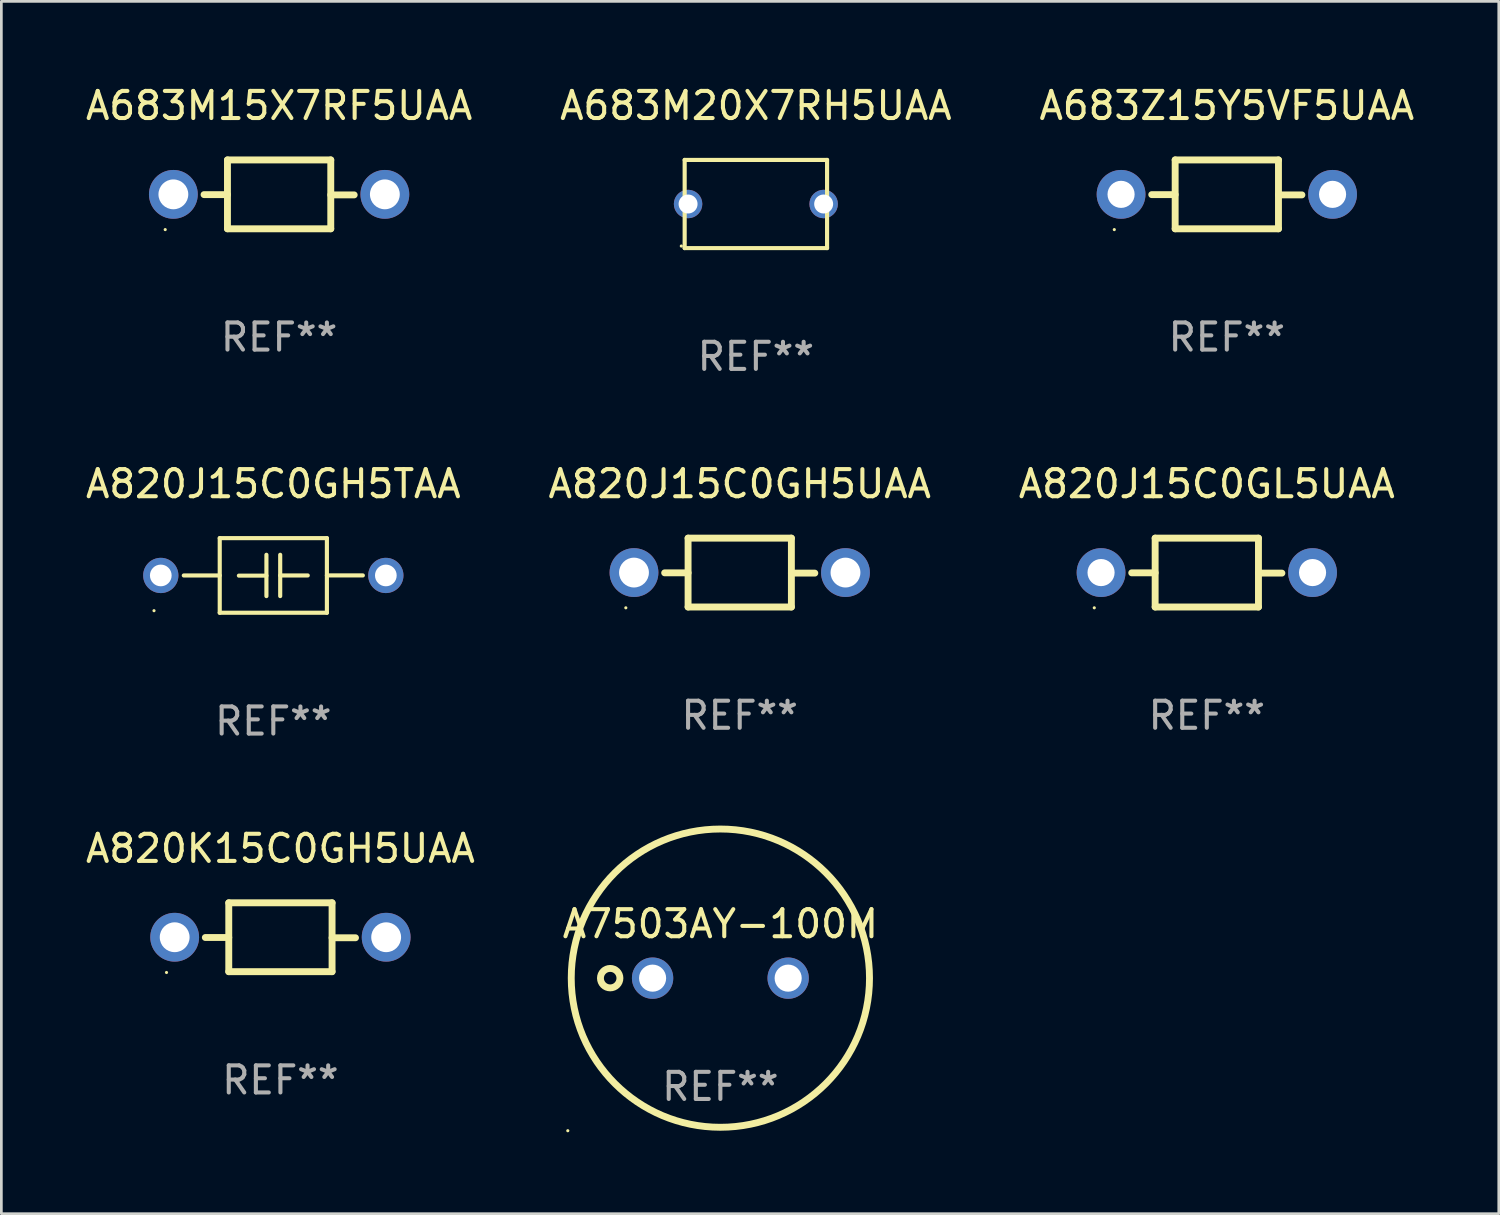
<source format=kicad_pcb>
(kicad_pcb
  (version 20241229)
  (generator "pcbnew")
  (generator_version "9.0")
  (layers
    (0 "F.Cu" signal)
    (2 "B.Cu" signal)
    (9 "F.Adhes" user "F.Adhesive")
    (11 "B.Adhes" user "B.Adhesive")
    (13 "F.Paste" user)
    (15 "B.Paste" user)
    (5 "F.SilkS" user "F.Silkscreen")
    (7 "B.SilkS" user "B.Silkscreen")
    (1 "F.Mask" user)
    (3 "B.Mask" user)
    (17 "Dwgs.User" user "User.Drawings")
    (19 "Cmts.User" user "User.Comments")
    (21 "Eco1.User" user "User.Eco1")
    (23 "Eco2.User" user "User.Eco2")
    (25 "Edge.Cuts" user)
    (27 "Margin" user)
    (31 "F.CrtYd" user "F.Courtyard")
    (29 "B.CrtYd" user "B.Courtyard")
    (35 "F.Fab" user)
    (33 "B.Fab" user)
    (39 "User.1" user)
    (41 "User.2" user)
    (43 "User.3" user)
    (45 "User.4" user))
  (footprint "A820K15C0GH5UAA"
    (layer "F.Cu")
    (at 7.292 31.516)
    (property "Reference" "A820K15C0GH5UAA" (at 0 -3.27 0) (layer "F.SilkS") (effects (font (size 1 1) (thickness 0.15))))
    (attr through_hole)
    (fp_line (start -1.905 -1.27) (end -1.905 1.27) (stroke (width 0.254) (type solid)) (layer "F.SilkS"))
    (fp_line (start -1.905 0.01) (end -2.769 0.01) (stroke (width 0.254) (type solid)) (layer "F.SilkS"))
    (fp_line (start -1.905 1.27) (end 1.905 1.27) (stroke (width 0.254) (type solid)) (layer "F.SilkS"))
    (fp_line (start 1.905 -1.27) (end -1.905 -1.27) (stroke (width 0.254) (type solid)) (layer "F.SilkS"))
    (fp_line (start 1.905 0.02) (end 2.769 0.02) (stroke (width 0.254) (type solid)) (layer "F.SilkS"))
    (fp_line (start 1.905 1.27) (end 1.905 -1.27) (stroke (width 0.254) (type solid)) (layer "F.SilkS"))
    (fp_circle (center -4.201 1.3) (end -4.171 1.3) (stroke (width 0.06) (type solid)) (fill no) (layer "F.SilkS"))
    (fp_text user "REF**" (at 0 5.27 0) (layer "F.Fab") (effects (font (size 1 1) (thickness 0.15))))
    (pad "1" thru_hole circle (at -3.9 0) (size 1.8 1.8) (drill 1.1) (layers "*.Cu" "*.Mask"))
    (pad "2" thru_hole circle (at 3.9 0) (size 1.8 1.8) (drill 1.1) (layers "*.Cu" "*.Mask")))
  (footprint "A820J15C0GL5UAA"
    (layer "F.Cu")
    (at 41.458 18.067)
    (property "Reference" "A820J15C0GL5UAA" (at 0 -3.27 0) (layer "F.SilkS") (effects (font (size 1 1) (thickness 0.15))))
    (attr through_hole)
    (fp_line (start -1.905 -1.27) (end -1.905 1.27) (stroke (width 0.254) (type solid)) (layer "F.SilkS"))
    (fp_line (start -1.905 0.01) (end -2.769 0.01) (stroke (width 0.254) (type solid)) (layer "F.SilkS"))
    (fp_line (start -1.905 1.27) (end 1.905 1.27) (stroke (width 0.254) (type solid)) (layer "F.SilkS"))
    (fp_line (start 1.905 -1.27) (end -1.905 -1.27) (stroke (width 0.254) (type solid)) (layer "F.SilkS"))
    (fp_line (start 1.905 0.02) (end 2.769 0.02) (stroke (width 0.254) (type solid)) (layer "F.SilkS"))
    (fp_line (start 1.905 1.27) (end 1.905 -1.27) (stroke (width 0.254) (type solid)) (layer "F.SilkS"))
    (fp_circle (center -4.15 1.3) (end -4.12 1.3) (stroke (width 0.06) (type solid)) (fill no) (layer "F.SilkS"))
    (fp_text user "REF**" (at 0 5.27 0) (layer "F.Fab") (effects (font (size 1 1) (thickness 0.15))))
    (pad "1" thru_hole circle (at -3.9 0) (size 1.8 1.8) (drill 1) (layers "*.Cu" "*.Mask"))
    (pad "2" thru_hole circle (at 3.9 0) (size 1.8 1.8) (drill 1) (layers "*.Cu" "*.Mask")))
  (footprint "A820J15C0GH5TAA"
    (layer "F.Cu")
    (at 7.03 18.173)
    (property "Reference" "A820J15C0GH5TAA" (at 0 -3.376 0) (layer "F.SilkS") (effects (font (size 1 1) (thickness 0.15))))
    (attr through_hole)
    (fp_line (start -1.976 -1.376) (end 1.976 -1.376) (stroke (width 0.152) (type solid)) (layer "F.SilkS"))
    (fp_line (start -1.976 0.001) (end -3.302 0.001) (stroke (width 0.152) (type solid)) (layer "F.SilkS"))
    (fp_line (start -1.976 1.376) (end -1.976 -1.376) (stroke (width 0.152) (type solid)) (layer "F.SilkS"))
    (fp_line (start -0.254 -0.762) (end -0.254 0.762) (stroke (width 0.152) (type solid)) (layer "F.SilkS"))
    (fp_line (start -0.254 0.007) (end -1.27 0.007) (stroke (width 0.152) (type solid)) (layer "F.SilkS"))
    (fp_line (start 0.254 -0.762) (end 0.254 0.762) (stroke (width 0.152) (type solid)) (layer "F.SilkS"))
    (fp_line (start 0.254 0) (end 1.27 0) (stroke (width 0.152) (type solid)) (layer "F.SilkS"))
    (fp_line (start 1.976 -1.376) (end 1.976 1.376) (stroke (width 0.152) (type solid)) (layer "F.SilkS"))
    (fp_line (start 1.976 -0.001) (end 3.302 -0.001) (stroke (width 0.152) (type solid)) (layer "F.SilkS"))
    (fp_line (start 1.976 1.376) (end -1.976 1.376) (stroke (width 0.152) (type solid)) (layer "F.SilkS"))
    (fp_circle (center -4.4 1.3) (end -4.37 1.3) (stroke (width 0.06) (type solid)) (fill no) (layer "F.SilkS"))
    (fp_text user "REF**" (at 0 5.376 0) (layer "F.Fab") (effects (font (size 1 1) (thickness 0.15))))
    (pad "1" thru_hole circle (at -4.15 0) (size 1.3 1.3) (drill 0.8) (layers "*.Cu" "*.Mask"))
    (pad "2" thru_hole circle (at 4.15 0) (size 1.3 1.3) (drill 0.8) (layers "*.Cu" "*.Mask")))
  (footprint "A683M15X7RF5UAA"
    (layer "F.Cu")
    (at 7.244 4.118)
    (property "Reference" "A683M15X7RF5UAA" (at 0 -3.27 0) (layer "F.SilkS") (effects (font (size 1 1) (thickness 0.15))))
    (attr through_hole)
    (fp_line (start -1.905 -1.27) (end -1.905 1.27) (stroke (width 0.254) (type solid)) (layer "F.SilkS"))
    (fp_line (start -1.905 0.01) (end -2.769 0.01) (stroke (width 0.254) (type solid)) (layer "F.SilkS"))
    (fp_line (start -1.905 1.27) (end 1.905 1.27) (stroke (width 0.254) (type solid)) (layer "F.SilkS"))
    (fp_line (start 1.905 -1.27) (end -1.905 -1.27) (stroke (width 0.254) (type solid)) (layer "F.SilkS"))
    (fp_line (start 1.905 0.02) (end 2.769 0.02) (stroke (width 0.254) (type solid)) (layer "F.SilkS"))
    (fp_line (start 1.905 1.27) (end 1.905 -1.27) (stroke (width 0.254) (type solid)) (layer "F.SilkS"))
    (fp_circle (center -4.201 1.3) (end -4.171 1.3) (stroke (width 0.06) (type solid)) (fill no) (layer "F.SilkS"))
    (fp_text user "REF**" (at 0 5.27 0) (layer "F.Fab") (effects (font (size 1 1) (thickness 0.15))))
    (pad "1" thru_hole circle (at -3.9 0) (size 1.8 1.8) (drill 1.1) (layers "*.Cu" "*.Mask"))
    (pad "2" thru_hole circle (at 3.9 0) (size 1.8 1.8) (drill 1.1) (layers "*.Cu" "*.Mask")))
  (footprint "A683Z15Y5VF5UAA"
    (layer "F.Cu")
    (at 42.196 4.118)
    (property "Reference" "A683Z15Y5VF5UAA" (at 0 -3.27 0) (layer "F.SilkS") (effects (font (size 1 1) (thickness 0.15))))
    (attr through_hole)
    (fp_line (start -1.905 -1.27) (end -1.905 1.27) (stroke (width 0.254) (type solid)) (layer "F.SilkS"))
    (fp_line (start -1.905 0.01) (end -2.769 0.01) (stroke (width 0.254) (type solid)) (layer "F.SilkS"))
    (fp_line (start -1.905 1.27) (end 1.905 1.27) (stroke (width 0.254) (type solid)) (layer "F.SilkS"))
    (fp_line (start 1.905 -1.27) (end -1.905 -1.27) (stroke (width 0.254) (type solid)) (layer "F.SilkS"))
    (fp_line (start 1.905 0.02) (end 2.769 0.02) (stroke (width 0.254) (type solid)) (layer "F.SilkS"))
    (fp_line (start 1.905 1.27) (end 1.905 -1.27) (stroke (width 0.254) (type solid)) (layer "F.SilkS"))
    (fp_circle (center -4.15 1.3) (end -4.12 1.3) (stroke (width 0.06) (type solid)) (fill no) (layer "F.SilkS"))
    (fp_text user "REF**" (at 0 5.27 0) (layer "F.Fab") (effects (font (size 1 1) (thickness 0.15))))
    (pad "1" thru_hole circle (at -3.9 0) (size 1.8 1.8) (drill 1) (layers "*.Cu" "*.Mask"))
    (pad "2" thru_hole circle (at 3.9 0) (size 1.8 1.8) (drill 1) (layers "*.Cu" "*.Mask")))
  (footprint "A820J15C0GH5UAA"
    (layer "F.Cu")
    (at 24.232 18.067)
    (property "Reference" "A820J15C0GH5UAA" (at 0 -3.27 0) (layer "F.SilkS") (effects (font (size 1 1) (thickness 0.15))))
    (attr through_hole)
    (fp_line (start -1.905 -1.27) (end -1.905 1.27) (stroke (width 0.254) (type solid)) (layer "F.SilkS"))
    (fp_line (start -1.905 0.01) (end -2.769 0.01) (stroke (width 0.254) (type solid)) (layer "F.SilkS"))
    (fp_line (start -1.905 1.27) (end 1.905 1.27) (stroke (width 0.254) (type solid)) (layer "F.SilkS"))
    (fp_line (start 1.905 -1.27) (end -1.905 -1.27) (stroke (width 0.254) (type solid)) (layer "F.SilkS"))
    (fp_line (start 1.905 0.02) (end 2.769 0.02) (stroke (width 0.254) (type solid)) (layer "F.SilkS"))
    (fp_line (start 1.905 1.27) (end 1.905 -1.27) (stroke (width 0.254) (type solid)) (layer "F.SilkS"))
    (fp_circle (center -4.201 1.3) (end -4.171 1.3) (stroke (width 0.06) (type solid)) (fill no) (layer "F.SilkS"))
    (fp_text user "REF**" (at 0 5.27 0) (layer "F.Fab") (effects (font (size 1 1) (thickness 0.15))))
    (pad "1" thru_hole circle (at -3.9 0) (size 1.8 1.8) (drill 1.1) (layers "*.Cu" "*.Mask"))
    (pad "2" thru_hole circle (at 3.9 0) (size 1.8 1.8) (drill 1.1) (layers "*.Cu" "*.Mask")))
  (footprint "A683M20X7RH5UAA"
    (layer "F.Cu")
    (at 24.827 4.474)
    (property "Reference" "A683M20X7RH5UAA" (at 0 -3.626 0) (layer "F.SilkS") (effects (font (size 1 1) (thickness 0.15))))
    (attr through_hole)
    (fp_line (start -2.626 -1.626) (end 2.626 -1.626) (stroke (width 0.152) (type solid)) (layer "F.SilkS"))
    (fp_line (start -2.626 1.626) (end -2.626 -1.626) (stroke (width 0.152) (type solid)) (layer "F.SilkS"))
    (fp_line (start 2.626 -1.626) (end 2.626 1.626) (stroke (width 0.152) (type solid)) (layer "F.SilkS"))
    (fp_line (start 2.626 1.626) (end -2.626 1.626) (stroke (width 0.152) (type solid)) (layer "F.SilkS"))
    (fp_circle (center -2.75 1.55) (end -2.72 1.55) (stroke (width 0.06) (type solid)) (fill no) (layer "F.SilkS"))
    (fp_text user "REF**" (at 0 5.626 0) (layer "F.Fab") (effects (font (size 1 1) (thickness 0.15))))
    (pad "1" thru_hole circle (at -2.5 -0.000013) (size 1.05 1.05) (drill 0.7) (layers "*.Cu" "*.Mask"))
    (pad "2" thru_hole circle (at 2.5 -0.000013) (size 1.05 1.05) (drill 0.7) (layers "*.Cu" "*.Mask")))
  (footprint "A7503AY-100M"
    (layer "F.Cu")
    (at 23.518 33.025)
    (property "Reference" "A7503AY-100M" (at 0 -2 0) (layer "F.SilkS") (effects (font (size 1 1) (thickness 0.15))))
    (attr through_hole)
    (fp_circle (center -5.627 5.627) (end -5.597 5.627) (stroke (width 0.06) (type solid)) (fill no) (layer "F.SilkS"))
    (fp_circle (center -4.064 0) (end -3.705 0) (stroke (width 0.254) (type solid)) (fill no) (layer "F.SilkS"))
    (fp_circle (center 0 0) (end 5.5 0) (stroke (width 0.254) (type solid)) (fill no) (layer "F.SilkS"))
    (fp_text user "REF**" (at 0 4 0) (layer "F.Fab") (effects (font (size 1 1) (thickness 0.15))))
    (pad "1" thru_hole circle (at -2.5 0) (size 1.524 1.524) (drill 1) (layers "*.Cu" "*.Mask"))
    (pad "2" thru_hole circle (at 2.5 0) (size 1.524 1.524) (drill 1) (layers "*.Cu" "*.Mask")))
  (gr_rect
    (start -3 -3)
    (end 52.226 41.712)
    (stroke (width 0.1) (type default))
    (fill no)
    (layer "Edge.Cuts")))
</source>
